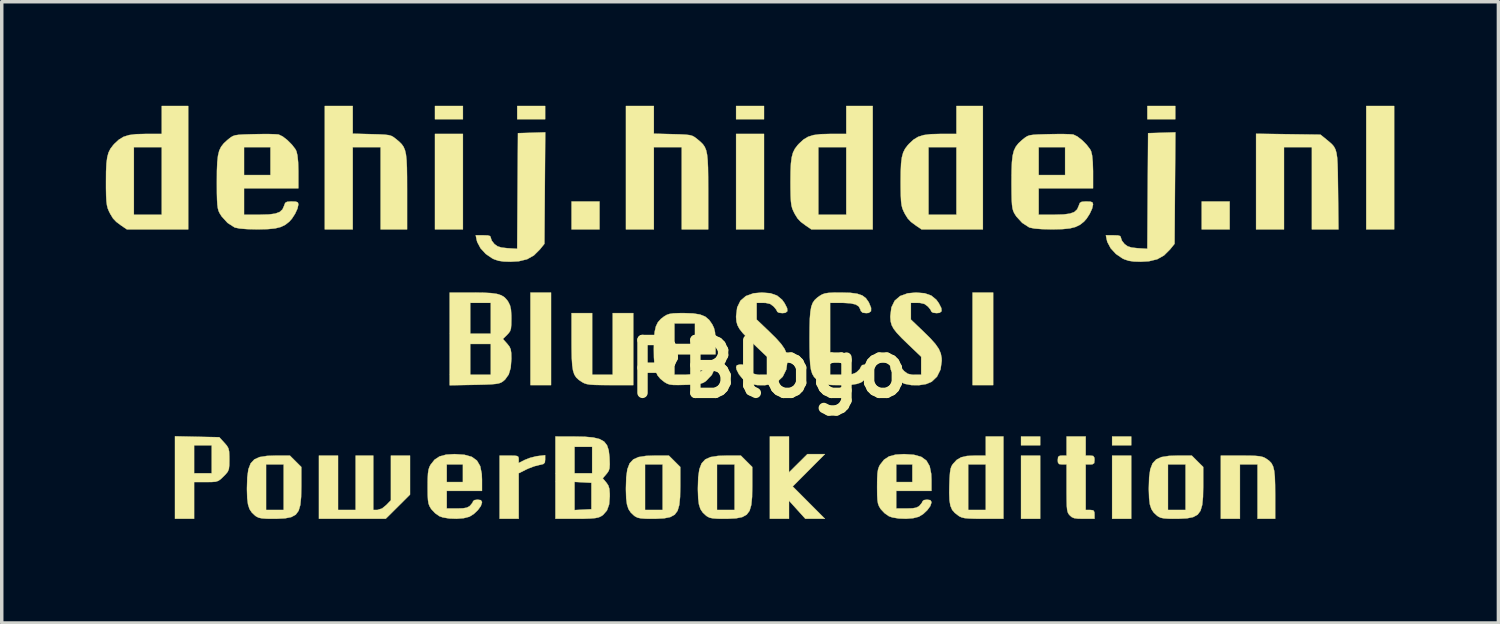
<source format=kicad_pcb>
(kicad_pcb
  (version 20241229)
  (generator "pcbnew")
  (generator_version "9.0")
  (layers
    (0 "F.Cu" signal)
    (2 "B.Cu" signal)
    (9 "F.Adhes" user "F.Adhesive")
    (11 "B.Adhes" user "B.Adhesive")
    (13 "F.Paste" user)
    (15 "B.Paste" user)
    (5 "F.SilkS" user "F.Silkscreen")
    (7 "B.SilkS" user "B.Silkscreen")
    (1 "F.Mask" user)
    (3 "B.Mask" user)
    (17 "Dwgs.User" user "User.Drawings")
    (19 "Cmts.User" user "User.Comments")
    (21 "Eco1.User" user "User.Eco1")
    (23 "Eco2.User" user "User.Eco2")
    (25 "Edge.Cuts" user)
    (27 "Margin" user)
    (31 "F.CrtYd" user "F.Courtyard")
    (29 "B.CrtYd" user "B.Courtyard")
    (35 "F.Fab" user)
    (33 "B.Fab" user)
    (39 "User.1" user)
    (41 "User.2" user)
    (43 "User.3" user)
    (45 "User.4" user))
  (footprint "PBlogo"
    (layer "F.Cu")
    (at 19.096 7.583)
    (property "Reference" "PBlogo" (at 0 0 0) (layer "F.SilkS") (effects (font (size 1.524 1.524) (thickness 0.3))))
    (attr through_hole)
    (fp_poly (pts (xy -8.805 -7.197) (xy -9.61 -7.197) (xy -9.61 -7.578) (xy -8.805 -7.578) (xy -8.805 -7.197)) (stroke (width 0.01) (type solid)) (fill yes) (layer "F.SilkS"))
    (fp_poly (pts (xy -8.805 -4.022) (xy -9.61 -4.022) (xy -9.61 -6.773) (xy -8.805 -6.773) (xy -8.805 -4.022)) (stroke (width 0.01) (type solid)) (fill yes) (layer "F.SilkS"))
    (fp_poly (pts (xy -6.435 -7.197) (xy -7.239 -7.197) (xy -7.239 -7.578) (xy -6.435 -7.578) (xy -6.435 -7.197)) (stroke (width 0.01) (type solid)) (fill yes) (layer "F.SilkS"))
    (fp_poly (pts (xy -6.265 0.466) (xy -6.858 0.466) (xy -6.858 -2.201) (xy -6.265 -2.201) (xy -6.265 0.466)) (stroke (width 0.01) (type solid)) (fill yes) (layer "F.SilkS"))
    (fp_poly (pts (xy -4.868 -4.022) (xy -5.673 -4.022) (xy -5.673 -4.826) (xy -4.868 -4.826) (xy -4.868 -4.022)) (stroke (width 0.01) (type solid)) (fill yes) (layer "F.SilkS"))
    (fp_poly (pts (xy -0.127 -7.197) (xy -0.931 -7.197) (xy -0.931 -7.578) (xy -0.127 -7.578) (xy -0.127 -7.197)) (stroke (width 0.01) (type solid)) (fill yes) (layer "F.SilkS"))
    (fp_poly (pts (xy -0.127 -4.022) (xy -0.931 -4.022) (xy -0.931 -6.773) (xy -0.127 -6.773) (xy -0.127 -4.022)) (stroke (width 0.01) (type solid)) (fill yes) (layer "F.SilkS"))
    (fp_poly (pts (xy 6.477 0.466) (xy 5.884 0.466) (xy 5.884 -2.201) (xy 6.477 -2.201) (xy 6.477 0.466)) (stroke (width 0.01) (type solid)) (fill yes) (layer "F.SilkS"))
    (fp_poly (pts (xy 7.832 2.201) (xy 7.281 2.201) (xy 7.281 1.947) (xy 7.832 1.947) (xy 7.832 2.201)) (stroke (width 0.01) (type solid)) (fill yes) (layer "F.SilkS"))
    (fp_poly (pts (xy 7.832 4.318) (xy 7.281 4.318) (xy 7.281 2.498) (xy 7.832 2.498) (xy 7.832 4.318)) (stroke (width 0.01) (type solid)) (fill yes) (layer "F.SilkS"))
    (fp_poly (pts (xy 10.456 2.201) (xy 9.906 2.201) (xy 9.906 1.947) (xy 10.456 1.947) (xy 10.456 2.201)) (stroke (width 0.01) (type solid)) (fill yes) (layer "F.SilkS"))
    (fp_poly (pts (xy 10.456 4.318) (xy 9.906 4.318) (xy 9.906 2.498) (xy 10.456 2.498) (xy 10.456 4.318)) (stroke (width 0.01) (type solid)) (fill yes) (layer "F.SilkS"))
    (fp_poly (pts (xy 11.726 -7.197) (xy 10.922 -7.197) (xy 10.922 -7.578) (xy 11.726 -7.578) (xy 11.726 -7.197)) (stroke (width 0.01) (type solid)) (fill yes) (layer "F.SilkS"))
    (fp_poly (pts (xy 13.293 -4.022) (xy 12.488 -4.022) (xy 12.488 -4.826) (xy 13.293 -4.826) (xy 13.293 -4.022)) (stroke (width 0.01) (type solid)) (fill yes) (layer "F.SilkS"))
    (fp_poly (pts (xy 18.034 -4.022) (xy 17.23 -4.022) (xy 17.23 -7.578) (xy 18.034 -7.578) (xy 18.034 -4.022)) (stroke (width 0.01) (type solid)) (fill yes) (layer "F.SilkS"))
    (fp_poly (pts (xy 0.593 2.982) (xy 0.858 2.719) (xy 1.124 2.455) (xy 1.628 2.455) (xy 0.7 3.387) (xy 1.164 3.852) (xy 1.628 4.318) (xy 1.065 4.318) (xy 0.593 3.796) (xy 0.593 4.318) (xy 0.042 4.318) (xy 0.042 1.947) (xy 0.593 1.947) (xy 0.593 2.982)) (stroke (width 0.01) (type solid)) (fill yes) (layer "F.SilkS"))
    (fp_poly (pts (xy -12.404 4.064) (xy -11.896 4.064) (xy -11.896 2.498) (xy -11.388 2.498) (xy -11.388 4.064) (xy -11.269 4.064) (xy -11.135 4.022) (xy -11.015 3.924) (xy -10.88 3.785) (xy -10.88 2.498) (xy -10.329 2.498) (xy -10.329 3.621) (xy -10.679 3.97) (xy -11.03 4.318) (xy -12.954 4.318) (xy -12.954 2.498) (xy -12.404 2.498) (xy -12.404 4.064)) (stroke (width 0.01) (type solid)) (fill yes) (layer "F.SilkS"))
    (fp_poly (pts (xy 14.982 -6.765) (xy 15.91 -6.752) (xy 16.07 -6.623) (xy 16.166 -6.544) (xy 16.242 -6.476) (xy 16.3 -6.407) (xy 16.342 -6.327) (xy 16.372 -6.223) (xy 16.392 -6.086) (xy 16.403 -5.904) (xy 16.41 -5.666) (xy 16.414 -5.361) (xy 16.417 -5.14) (xy 16.429 -4.022) (xy 15.663 -4.022) (xy 15.663 -6.392) (xy 14.859 -6.392) (xy 14.859 -4.022) (xy 14.055 -4.022) (xy 14.055 -6.778) (xy 14.982 -6.765)) (stroke (width 0.01) (type solid)) (fill yes) (layer "F.SilkS"))
    (fp_poly (pts (xy 13.621 2.498) (xy 13.863 2.499) (xy 14.037 2.505) (xy 14.159 2.517) (xy 14.246 2.537) (xy 14.315 2.567) (xy 14.338 2.581) (xy 14.429 2.644) (xy 14.497 2.715) (xy 14.545 2.808) (xy 14.577 2.936) (xy 14.595 3.11) (xy 14.603 3.345) (xy 14.605 3.617) (xy 14.605 4.318) (xy 14.097 4.318) (xy 14.097 2.752) (xy 13.589 2.752) (xy 13.589 4.318) (xy 13.039 4.318) (xy 13.039 2.498) (xy 13.621 2.498)) (stroke (width 0.01) (type solid)) (fill yes) (layer "F.SilkS"))
    (fp_poly (pts (xy -5.08 0.169) (xy -4.487 0.169) (xy -4.487 -1.609) (xy -3.895 -1.609) (xy -3.895 0.466) (xy -4.561 0.466) (xy -4.82 0.464) (xy -5.008 0.46) (xy -5.142 0.451) (xy -5.237 0.435) (xy -5.308 0.412) (xy -5.366 0.381) (xy -5.464 0.316) (xy -5.539 0.246) (xy -5.594 0.16) (xy -5.631 0.045) (xy -5.654 -0.11) (xy -5.667 -0.317) (xy -5.672 -0.59) (xy -5.673 -0.794) (xy -5.673 -1.609) (xy -5.08 -1.609) (xy -5.08 0.169)) (stroke (width 0.01) (type solid)) (fill yes) (layer "F.SilkS"))
    (fp_poly (pts (xy -6.435 2.613) (xy -6.443 2.696) (xy -6.484 2.739) (xy -6.581 2.764) (xy -6.607 2.768) (xy -6.749 2.805) (xy -6.913 2.867) (xy -6.988 2.902) (xy -7.197 3.007) (xy -7.197 4.318) (xy -7.747 4.318) (xy -7.747 2.498) (xy -7.472 2.498) (xy -7.324 2.499) (xy -7.242 2.51) (xy -7.206 2.536) (xy -7.197 2.586) (xy -7.197 2.604) (xy -7.197 2.711) (xy -7.024 2.623) (xy -6.871 2.563) (xy -6.696 2.519) (xy -6.643 2.511) (xy -6.435 2.486) (xy -6.435 2.613)) (stroke (width 0.01) (type solid)) (fill yes) (layer "F.SilkS"))
    (fp_poly (pts (xy -11.98 -6.78) (xy -11.434 -6.766) (xy -11.209 -6.76) (xy -11.051 -6.751) (xy -10.942 -6.738) (xy -10.865 -6.715) (xy -10.802 -6.68) (xy -10.736 -6.629) (xy -10.729 -6.624) (xy -10.639 -6.548) (xy -10.568 -6.477) (xy -10.514 -6.399) (xy -10.474 -6.303) (xy -10.446 -6.179) (xy -10.429 -6.015) (xy -10.419 -5.801) (xy -10.415 -5.527) (xy -10.414 -5.18) (xy -10.414 -5.112) (xy -10.414 -4.022) (xy -11.176 -4.022) (xy -11.176 -6.392) (xy -11.98 -6.392) (xy -11.98 -4.022) (xy -12.785 -4.022) (xy -12.785 -7.578) (xy -11.98 -7.578) (xy -11.98 -6.78)) (stroke (width 0.01) (type solid)) (fill yes) (layer "F.SilkS"))
    (fp_poly (pts (xy -3.302 -6.78) (xy -2.755 -6.766) (xy -2.531 -6.76) (xy -2.373 -6.751) (xy -2.264 -6.738) (xy -2.187 -6.715) (xy -2.124 -6.68) (xy -2.057 -6.629) (xy -2.051 -6.624) (xy -1.961 -6.548) (xy -1.889 -6.477) (xy -1.835 -6.399) (xy -1.795 -6.303) (xy -1.768 -6.179) (xy -1.751 -6.015) (xy -1.741 -5.801) (xy -1.737 -5.527) (xy -1.736 -5.18) (xy -1.736 -5.112) (xy -1.736 -4.022) (xy -2.498 -4.022) (xy -2.498 -6.392) (xy -3.302 -6.392) (xy -3.302 -4.022) (xy -4.106 -4.022) (xy -4.106 -7.578) (xy -3.302 -7.578) (xy -3.302 -6.78)) (stroke (width 0.01) (type solid)) (fill yes) (layer "F.SilkS"))
    (fp_poly (pts (xy -16.464 1.955) (xy -15.826 1.968) (xy -15.681 2.127) (xy -15.607 2.212) (xy -15.564 2.287) (xy -15.543 2.378) (xy -15.537 2.513) (xy -15.536 2.608) (xy -15.538 2.773) (xy -15.55 2.881) (xy -15.58 2.958) (xy -15.638 3.031) (xy -15.701 3.095) (xy -15.785 3.176) (xy -15.854 3.225) (xy -15.934 3.25) (xy -16.049 3.259) (xy -16.209 3.26) (xy -16.552 3.26) (xy -16.552 4.318) (xy -17.103 4.318) (xy -17.103 2.201) (xy -16.552 2.201) (xy -16.552 3.006) (xy -16.044 3.006) (xy -16.044 2.201) (xy -16.552 2.201) (xy -17.103 2.201) (xy -17.103 1.941) (xy -16.464 1.955)) (stroke (width 0.01) (type solid)) (fill yes) (layer "F.SilkS"))
    (fp_poly (pts (xy -6.444 -5.212) (xy -6.456 -3.606) (xy -6.586 -3.445) (xy -6.758 -3.273) (xy -6.955 -3.162) (xy -7.194 -3.104) (xy -7.427 -3.09) (xy -7.63 -3.096) (xy -7.778 -3.118) (xy -7.904 -3.16) (xy -7.958 -3.186) (xy -8.145 -3.314) (xy -8.297 -3.479) (xy -8.392 -3.658) (xy -8.407 -3.715) (xy -8.435 -3.852) (xy -8.218 -3.852) (xy -8.088 -3.848) (xy -8.022 -3.829) (xy -8.002 -3.788) (xy -8.001 -3.775) (xy -7.972 -3.695) (xy -7.901 -3.604) (xy -7.894 -3.597) (xy -7.808 -3.535) (xy -7.695 -3.499) (xy -7.528 -3.48) (xy -7.513 -3.479) (xy -7.24 -3.462) (xy -7.229 -5.128) (xy -7.218 -6.795) (xy -6.825 -6.807) (xy -6.432 -6.819) (xy -6.444 -5.212)) (stroke (width 0.01) (type solid)) (fill yes) (layer "F.SilkS"))
    (fp_poly (pts (xy 6.773 4.318) (xy 6.191 4.318) (xy 5.95 4.316) (xy 5.777 4.31) (xy 5.656 4.299) (xy 5.572 4.279) (xy 5.507 4.25) (xy 5.487 4.237) (xy 5.374 4.151) (xy 5.295 4.059) (xy 5.245 3.942) (xy 5.219 3.785) (xy 5.211 3.572) (xy 5.214 3.377) (xy 5.222 3.149) (xy 5.234 2.988) (xy 5.251 2.878) (xy 5.278 2.801) (xy 5.309 2.752) (xy 5.757 2.752) (xy 5.757 4.064) (xy 6.265 4.064) (xy 6.265 2.752) (xy 5.757 2.752) (xy 5.309 2.752) (xy 5.313 2.745) (xy 5.425 2.623) (xy 5.554 2.547) (xy 5.723 2.508) (xy 5.944 2.498) (xy 6.265 2.498) (xy 6.265 1.947) (xy 6.773 1.947) (xy 6.773 4.318)) (stroke (width 0.01) (type solid)) (fill yes) (layer "F.SilkS"))
    (fp_poly (pts (xy 11.717 -5.212) (xy 11.705 -3.606) (xy 11.575 -3.445) (xy 11.403 -3.273) (xy 11.206 -3.162) (xy 10.967 -3.104) (xy 10.734 -3.09) (xy 10.531 -3.096) (xy 10.383 -3.118) (xy 10.257 -3.16) (xy 10.203 -3.186) (xy 10.016 -3.314) (xy 9.864 -3.479) (xy 9.769 -3.658) (xy 9.754 -3.715) (xy 9.726 -3.852) (xy 9.943 -3.852) (xy 10.073 -3.848) (xy 10.139 -3.829) (xy 10.159 -3.788) (xy 10.16 -3.775) (xy 10.189 -3.695) (xy 10.26 -3.604) (xy 10.267 -3.597) (xy 10.353 -3.535) (xy 10.466 -3.499) (xy 10.633 -3.48) (xy 10.648 -3.479) (xy 10.921 -3.462) (xy 10.932 -5.128) (xy 10.943 -6.795) (xy 11.336 -6.807) (xy 11.729 -6.819) (xy 11.717 -5.212)) (stroke (width 0.01) (type solid)) (fill yes) (layer "F.SilkS"))
    (fp_poly (pts (xy -16.722 -4.022) (xy -18.488 -4.022) (xy -18.652 -4.133) (xy -18.792 -4.237) (xy -18.889 -4.339) (xy -18.97 -4.473) (xy -19.009 -4.551) (xy -19.041 -4.628) (xy -19.063 -4.717) (xy -19.078 -4.833) (xy -19.087 -4.992) (xy -19.091 -5.21) (xy -19.091 -5.388) (xy -19.089 -5.69) (xy -19.078 -5.922) (xy -19.055 -6.099) (xy -19.018 -6.236) (xy -18.962 -6.348) (xy -18.928 -6.392) (xy -18.288 -6.392) (xy -18.288 -4.445) (xy -17.484 -4.445) (xy -17.484 -6.392) (xy -18.288 -6.392) (xy -18.928 -6.392) (xy -18.885 -6.449) (xy -18.847 -6.491) (xy -18.719 -6.609) (xy -18.586 -6.69) (xy -18.427 -6.74) (xy -18.224 -6.766) (xy -17.956 -6.773) (xy -17.951 -6.773) (xy -17.484 -6.773) (xy -17.484 -7.578) (xy -16.722 -7.578) (xy -16.722 -4.022)) (stroke (width 0.01) (type solid)) (fill yes) (layer "F.SilkS"))
    (fp_poly (pts (xy 3.006 -4.022) (xy 1.239 -4.022) (xy 1.076 -4.133) (xy 0.935 -4.237) (xy 0.839 -4.339) (xy 0.757 -4.473) (xy 0.718 -4.551) (xy 0.686 -4.628) (xy 0.664 -4.717) (xy 0.649 -4.833) (xy 0.641 -4.992) (xy 0.637 -5.21) (xy 0.636 -5.388) (xy 0.639 -5.69) (xy 0.649 -5.922) (xy 0.672 -6.099) (xy 0.709 -6.236) (xy 0.765 -6.348) (xy 0.799 -6.392) (xy 1.439 -6.392) (xy 1.439 -4.445) (xy 2.244 -4.445) (xy 2.244 -6.392) (xy 1.439 -6.392) (xy 0.799 -6.392) (xy 0.842 -6.449) (xy 0.881 -6.491) (xy 1.008 -6.609) (xy 1.141 -6.69) (xy 1.3 -6.74) (xy 1.503 -6.766) (xy 1.771 -6.773) (xy 1.776 -6.773) (xy 2.244 -6.773) (xy 2.244 -7.578) (xy 3.006 -7.578) (xy 3.006 -4.022)) (stroke (width 0.01) (type solid)) (fill yes) (layer "F.SilkS"))
    (fp_poly (pts (xy 6.181 -4.022) (xy 4.414 -4.022) (xy 4.251 -4.133) (xy 4.11 -4.237) (xy 4.014 -4.339) (xy 3.932 -4.473) (xy 3.893 -4.551) (xy 3.861 -4.628) (xy 3.839 -4.717) (xy 3.824 -4.833) (xy 3.816 -4.992) (xy 3.812 -5.21) (xy 3.811 -5.388) (xy 3.814 -5.69) (xy 3.824 -5.922) (xy 3.847 -6.099) (xy 3.884 -6.236) (xy 3.94 -6.348) (xy 3.974 -6.392) (xy 4.614 -6.392) (xy 4.614 -4.445) (xy 5.419 -4.445) (xy 5.419 -6.392) (xy 4.614 -6.392) (xy 3.974 -6.392) (xy 4.017 -6.449) (xy 4.056 -6.491) (xy 4.183 -6.609) (xy 4.316 -6.69) (xy 4.475 -6.74) (xy 4.678 -6.766) (xy 4.946 -6.773) (xy 4.951 -6.773) (xy 5.419 -6.773) (xy 5.419 -7.578) (xy 6.181 -7.578) (xy 6.181 -4.022)) (stroke (width 0.01) (type solid)) (fill yes) (layer "F.SilkS"))
    (fp_poly (pts (xy -13.626 2.662) (xy -13.462 2.826) (xy -13.462 3.384) (xy -13.468 3.689) (xy -13.491 3.92) (xy -13.54 4.087) (xy -13.623 4.2) (xy -13.75 4.269) (xy -13.928 4.305) (xy -14.166 4.317) (xy -14.259 4.318) (xy -14.46 4.316) (xy -14.596 4.306) (xy -14.689 4.287) (xy -14.758 4.253) (xy -14.791 4.23) (xy -14.888 4.139) (xy -14.956 4.036) (xy -14.998 3.904) (xy -15.021 3.725) (xy -15.028 3.483) (xy -15.028 3.43) (xy -15.019 3.123) (xy -14.987 2.891) (xy -14.933 2.752) (xy -14.478 2.752) (xy -14.478 4.064) (xy -13.97 4.064) (xy -13.97 2.752) (xy -14.478 2.752) (xy -14.933 2.752) (xy -14.922 2.722) (xy -14.816 2.608) (xy -14.662 2.539) (xy -14.45 2.506) (xy -14.208 2.498) (xy -13.791 2.498) (xy -13.626 2.662)) (stroke (width 0.01) (type solid)) (fill yes) (layer "F.SilkS"))
    (fp_poly (pts (xy -2.704 2.662) (xy -2.54 2.826) (xy -2.54 3.384) (xy -2.546 3.689) (xy -2.569 3.92) (xy -2.618 4.087) (xy -2.701 4.2) (xy -2.828 4.269) (xy -3.006 4.305) (xy -3.244 4.317) (xy -3.337 4.318) (xy -3.538 4.316) (xy -3.674 4.306) (xy -3.767 4.287) (xy -3.836 4.253) (xy -3.869 4.23) (xy -3.966 4.139) (xy -4.034 4.036) (xy -4.076 3.904) (xy -4.099 3.725) (xy -4.106 3.483) (xy -4.106 3.43) (xy -4.097 3.123) (xy -4.065 2.891) (xy -4.011 2.752) (xy -3.556 2.752) (xy -3.556 4.064) (xy -3.048 4.064) (xy -3.048 2.752) (xy -3.556 2.752) (xy -4.011 2.752) (xy -4 2.722) (xy -3.894 2.608) (xy -3.74 2.539) (xy -3.528 2.506) (xy -3.286 2.498) (xy -2.869 2.498) (xy -2.704 2.662)) (stroke (width 0.01) (type solid)) (fill yes) (layer "F.SilkS"))
    (fp_poly (pts (xy -0.63 2.662) (xy -0.466 2.826) (xy -0.466 3.384) (xy -0.471 3.689) (xy -0.494 3.92) (xy -0.543 4.087) (xy -0.627 4.2) (xy -0.753 4.269) (xy -0.931 4.305) (xy -1.17 4.317) (xy -1.262 4.318) (xy -1.463 4.316) (xy -1.6 4.306) (xy -1.693 4.287) (xy -1.761 4.253) (xy -1.794 4.23) (xy -1.892 4.139) (xy -1.96 4.036) (xy -2.002 3.904) (xy -2.024 3.725) (xy -2.032 3.483) (xy -2.032 3.43) (xy -2.023 3.123) (xy -1.99 2.891) (xy -1.937 2.752) (xy -1.482 2.752) (xy -1.482 4.064) (xy -0.974 4.064) (xy -0.974 2.752) (xy -1.482 2.752) (xy -1.937 2.752) (xy -1.925 2.722) (xy -1.82 2.608) (xy -1.665 2.539) (xy -1.453 2.506) (xy -1.212 2.498) (xy -0.794 2.498) (xy -0.63 2.662)) (stroke (width 0.01) (type solid)) (fill yes) (layer "F.SilkS"))
    (fp_poly (pts (xy 12.366 2.662) (xy 12.531 2.826) (xy 12.531 3.384) (xy 12.525 3.689) (xy 12.502 3.92) (xy 12.453 4.087) (xy 12.37 4.2) (xy 12.243 4.269) (xy 12.065 4.305) (xy 11.826 4.317) (xy 11.734 4.318) (xy 11.533 4.316) (xy 11.396 4.306) (xy 11.304 4.287) (xy 11.235 4.253) (xy 11.202 4.23) (xy 11.104 4.139) (xy 11.037 4.036) (xy 10.994 3.904) (xy 10.972 3.725) (xy 10.964 3.483) (xy 10.964 3.43) (xy 10.973 3.123) (xy 11.006 2.891) (xy 11.06 2.752) (xy 11.515 2.752) (xy 11.515 4.064) (xy 12.023 4.064) (xy 12.023 2.752) (xy 11.515 2.752) (xy 11.06 2.752) (xy 11.071 2.722) (xy 11.177 2.608) (xy 11.331 2.539) (xy 11.543 2.506) (xy 11.784 2.498) (xy 12.202 2.498) (xy 12.366 2.662)) (stroke (width 0.01) (type solid)) (fill yes) (layer "F.SilkS"))
    (fp_poly (pts (xy 9.144 2.498) (xy 9.271 2.498) (xy 9.361 2.508) (xy 9.394 2.558) (xy 9.398 2.625) (xy 9.388 2.715) (xy 9.338 2.748) (xy 9.271 2.752) (xy 9.144 2.752) (xy 9.144 4.064) (xy 9.271 4.064) (xy 9.361 4.074) (xy 9.394 4.124) (xy 9.398 4.191) (xy 9.398 4.318) (xy 9.088 4.318) (xy 8.92 4.315) (xy 8.812 4.3) (xy 8.741 4.269) (xy 8.686 4.22) (xy 8.651 4.179) (xy 8.627 4.13) (xy 8.61 4.059) (xy 8.6 3.954) (xy 8.596 3.798) (xy 8.594 3.58) (xy 8.594 3.437) (xy 8.594 2.752) (xy 8.467 2.752) (xy 8.377 2.741) (xy 8.344 2.692) (xy 8.34 2.625) (xy 8.35 2.535) (xy 8.4 2.502) (xy 8.467 2.498) (xy 8.594 2.498) (xy 8.594 1.947) (xy 9.144 1.947) (xy 9.144 2.498)) (stroke (width 0.01) (type solid)) (fill yes) (layer "F.SilkS"))
    (fp_poly (pts (xy -5.62 1.948) (xy -5.297 1.954) (xy -5.049 1.976) (xy -4.865 2.021) (xy -4.736 2.093) (xy -4.652 2.199) (xy -4.603 2.345) (xy -4.581 2.537) (xy -4.579 2.578) (xy -4.573 2.749) (xy -4.58 2.861) (xy -4.604 2.938) (xy -4.65 3.006) (xy -4.669 3.029) (xy -4.775 3.152) (xy -4.673 3.273) (xy -4.615 3.357) (xy -4.584 3.455) (xy -4.573 3.594) (xy -4.572 3.669) (xy -4.591 3.905) (xy -4.653 4.078) (xy -4.763 4.205) (xy -4.828 4.249) (xy -4.894 4.278) (xy -4.989 4.298) (xy -5.125 4.31) (xy -5.319 4.317) (xy -5.542 4.318) (xy -6.138 4.318) (xy -6.138 4.068) (xy -5.588 4.068) (xy -5.101 4.043) (xy -5.101 3.281) (xy -5.588 3.255) (xy -5.588 4.068) (xy -6.138 4.068) (xy -6.138 2.244) (xy -5.588 2.244) (xy -5.588 3.006) (xy -5.08 3.006) (xy -5.08 2.244) (xy -5.588 2.244) (xy -6.138 2.244) (xy -6.138 1.947) (xy -5.62 1.948)) (stroke (width 0.01) (type solid)) (fill yes) (layer "F.SilkS"))
    (fp_poly (pts (xy -8.225 -2.198) (xy -7.995 -2.186) (xy -7.824 -2.162) (xy -7.698 -2.122) (xy -7.604 -2.063) (xy -7.53 -1.982) (xy -7.494 -1.927) (xy -7.447 -1.83) (xy -7.42 -1.71) (xy -7.409 -1.542) (xy -7.408 -1.448) (xy -7.411 -1.275) (xy -7.421 -1.163) (xy -7.447 -1.086) (xy -7.494 -1.023) (xy -7.53 -0.985) (xy -7.652 -0.864) (xy -7.53 -0.728) (xy -7.465 -0.646) (xy -7.428 -0.566) (xy -7.412 -0.458) (xy -7.408 -0.295) (xy -7.408 -0.291) (xy -7.427 -0.035) (xy -7.485 0.16) (xy -7.589 0.305) (xy -7.653 0.36) (xy -7.704 0.392) (xy -7.768 0.415) (xy -7.858 0.431) (xy -7.988 0.443) (xy -8.172 0.451) (xy -8.425 0.457) (xy -8.477 0.458) (xy -9.186 0.471) (xy -9.186 -0.72) (xy -8.594 -0.72) (xy -8.594 0.169) (xy -8.001 0.169) (xy -8.001 -0.72) (xy -8.594 -0.72) (xy -9.186 -0.72) (xy -9.186 -1.905) (xy -8.594 -1.905) (xy -8.594 -1.016) (xy -8.001 -1.016) (xy -8.001 -1.905) (xy -8.594 -1.905) (xy -9.186 -1.905) (xy -9.186 -2.201) (xy -8.526 -2.201) (xy -8.225 -2.198)) (stroke (width 0.01) (type solid)) (fill yes) (layer "F.SilkS"))
    (fp_poly (pts (xy -8.762 2.474) (xy -8.55 2.533) (xy -8.401 2.64) (xy -8.307 2.801) (xy -8.262 3.024) (xy -8.255 3.191) (xy -8.255 3.514) (xy -9.271 3.514) (xy -9.271 4.022) (xy -8.975 4.022) (xy -8.804 4.017) (xy -8.694 3.998) (xy -8.621 3.961) (xy -8.594 3.937) (xy -8.532 3.861) (xy -8.509 3.81) (xy -8.472 3.78) (xy -8.384 3.768) (xy -8.382 3.768) (xy -8.288 3.781) (xy -8.256 3.831) (xy -8.255 3.849) (xy -8.288 3.951) (xy -8.374 4.069) (xy -8.49 4.179) (xy -8.615 4.257) (xy -8.622 4.26) (xy -8.782 4.301) (xy -8.985 4.317) (xy -9.197 4.31) (xy -9.385 4.278) (xy -9.482 4.244) (xy -9.606 4.157) (xy -9.715 4.041) (xy -9.725 4.026) (xy -9.767 3.955) (xy -9.795 3.879) (xy -9.811 3.779) (xy -9.819 3.635) (xy -9.821 3.429) (xy -9.821 3.391) (xy -9.819 3.168) (xy -9.811 3.01) (xy -9.794 2.9) (xy -9.766 2.817) (xy -9.737 2.762) (xy -9.729 2.752) (xy -9.271 2.752) (xy -9.271 3.26) (xy -8.805 3.26) (xy -8.805 2.752) (xy -9.271 2.752) (xy -9.729 2.752) (xy -9.622 2.616) (xy -9.478 2.521) (xy -9.288 2.47) (xy -9.045 2.455) (xy -8.762 2.474)) (stroke (width 0.01) (type solid)) (fill yes) (layer "F.SilkS"))
    (fp_poly (pts (xy 4.192 2.474) (xy 4.404 2.533) (xy 4.553 2.64) (xy 4.647 2.801) (xy 4.692 3.024) (xy 4.699 3.191) (xy 4.699 3.514) (xy 3.683 3.514) (xy 3.683 4.022) (xy 3.979 4.022) (xy 4.15 4.017) (xy 4.26 3.998) (xy 4.333 3.961) (xy 4.36 3.937) (xy 4.422 3.861) (xy 4.445 3.81) (xy 4.482 3.78) (xy 4.57 3.768) (xy 4.572 3.768) (xy 4.666 3.781) (xy 4.698 3.831) (xy 4.699 3.849) (xy 4.666 3.951) (xy 4.58 4.069) (xy 4.464 4.179) (xy 4.339 4.257) (xy 4.332 4.26) (xy 4.172 4.301) (xy 3.969 4.317) (xy 3.757 4.31) (xy 3.569 4.278) (xy 3.472 4.244) (xy 3.348 4.157) (xy 3.239 4.041) (xy 3.229 4.026) (xy 3.187 3.955) (xy 3.159 3.879) (xy 3.143 3.779) (xy 3.135 3.635) (xy 3.133 3.429) (xy 3.133 3.391) (xy 3.135 3.168) (xy 3.143 3.01) (xy 3.16 2.9) (xy 3.188 2.817) (xy 3.217 2.762) (xy 3.225 2.752) (xy 3.683 2.752) (xy 3.683 3.26) (xy 4.149 3.26) (xy 4.149 2.752) (xy 3.683 2.752) (xy 3.225 2.752) (xy 3.332 2.616) (xy 3.476 2.521) (xy 3.666 2.47) (xy 3.909 2.455) (xy 4.192 2.474)) (stroke (width 0.01) (type solid)) (fill yes) (layer "F.SilkS"))
    (fp_poly (pts (xy -2.171 -1.6) (xy -1.971 -1.568) (xy -1.822 -1.509) (xy -1.709 -1.414) (xy -1.62 -1.287) (xy -1.569 -1.18) (xy -1.54 -1.062) (xy -1.527 -0.905) (xy -1.525 -0.773) (xy -1.524 -0.423) (xy -2.709 -0.423) (xy -2.709 0.169) (xy -2.411 0.169) (xy -2.159 0.151) (xy -1.976 0.097) (xy -1.866 0.008) (xy -1.842 -0.042) (xy -1.797 -0.103) (xy -1.702 -0.126) (xy -1.665 -0.127) (xy -1.566 -0.122) (xy -1.532 -0.093) (xy -1.541 -0.023) (xy -1.543 -0.016) (xy -1.632 0.173) (xy -1.796 0.345) (xy -1.818 0.362) (xy -1.883 0.401) (xy -1.971 0.427) (xy -2.099 0.444) (xy -2.286 0.455) (xy -2.392 0.458) (xy -2.6 0.463) (xy -2.744 0.461) (xy -2.843 0.449) (xy -2.917 0.424) (xy -2.985 0.385) (xy -3.001 0.374) (xy -3.114 0.284) (xy -3.196 0.184) (xy -3.251 0.059) (xy -3.283 -0.108) (xy -3.299 -0.331) (xy -3.302 -0.572) (xy -3.297 -0.854) (xy -3.279 -1.066) (xy -3.243 -1.225) (xy -3.201 -1.312) (xy -2.709 -1.312) (xy -2.709 -0.72) (xy -2.117 -0.72) (xy -2.117 -1.312) (xy -2.709 -1.312) (xy -3.201 -1.312) (xy -3.184 -1.346) (xy -3.098 -1.442) (xy -3.006 -1.513) (xy -2.93 -1.558) (xy -2.848 -1.586) (xy -2.737 -1.602) (xy -2.576 -1.608) (xy -2.438 -1.609) (xy -2.171 -1.6)) (stroke (width 0.01) (type solid)) (fill yes) (layer "F.SilkS"))
    (fp_poly (pts (xy 0.059 -2.181) (xy 0.249 -2.114) (xy 0.394 -1.995) (xy 0.466 -1.895) (xy 0.538 -1.754) (xy 0.546 -1.664) (xy 0.49 -1.618) (xy 0.402 -1.609) (xy 0.304 -1.62) (xy 0.255 -1.647) (xy 0.254 -1.653) (xy 0.226 -1.71) (xy 0.159 -1.792) (xy 0.15 -1.801) (xy 0.051 -1.874) (xy -0.076 -1.903) (xy -0.146 -1.905) (xy -0.339 -1.905) (xy -0.339 -1.424) (xy 0.019 -1.082) (xy 0.223 -0.881) (xy 0.369 -0.717) (xy 0.466 -0.577) (xy 0.522 -0.447) (xy 0.547 -0.314) (xy 0.55 -0.233) (xy 0.515 0.016) (xy 0.413 0.223) (xy 0.258 0.37) (xy 0.1 0.436) (xy -0.103 0.468) (xy -0.32 0.466) (xy -0.516 0.429) (xy -0.625 0.381) (xy -0.745 0.282) (xy -0.85 0.152) (xy -0.917 0.02) (xy -0.931 -0.053) (xy -0.909 -0.105) (xy -0.831 -0.126) (xy -0.783 -0.127) (xy -0.685 -0.116) (xy -0.636 -0.089) (xy -0.635 -0.083) (xy -0.607 -0.025) (xy -0.54 0.056) (xy -0.531 0.065) (xy -0.432 0.138) (xy -0.305 0.167) (xy -0.235 0.169) (xy -0.042 0.169) (xy -0.042 -0.352) (xy -0.405 -0.698) (xy -0.6 -0.887) (xy -0.741 -1.036) (xy -0.835 -1.156) (xy -0.892 -1.262) (xy -0.921 -1.369) (xy -0.931 -1.489) (xy -0.931 -1.524) (xy -0.9 -1.773) (xy -0.806 -1.966) (xy -0.649 -2.101) (xy -0.43 -2.18) (xy -0.191 -2.201) (xy 0.059 -2.181)) (stroke (width 0.01) (type solid)) (fill yes) (layer "F.SilkS"))
    (fp_poly (pts (xy 4.504 -2.181) (xy 4.694 -2.114) (xy 4.839 -1.995) (xy 4.911 -1.895) (xy 4.983 -1.754) (xy 4.991 -1.664) (xy 4.935 -1.618) (xy 4.847 -1.609) (xy 4.749 -1.62) (xy 4.7 -1.647) (xy 4.699 -1.653) (xy 4.671 -1.71) (xy 4.604 -1.792) (xy 4.595 -1.801) (xy 4.496 -1.874) (xy 4.369 -1.903) (xy 4.299 -1.905) (xy 4.106 -1.905) (xy 4.106 -1.424) (xy 4.464 -1.082) (xy 4.668 -0.881) (xy 4.814 -0.717) (xy 4.911 -0.577) (xy 4.967 -0.447) (xy 4.992 -0.314) (xy 4.995 -0.233) (xy 4.96 0.016) (xy 4.858 0.223) (xy 4.703 0.37) (xy 4.545 0.436) (xy 4.342 0.468) (xy 4.125 0.466) (xy 3.929 0.429) (xy 3.82 0.381) (xy 3.7 0.282) (xy 3.595 0.152) (xy 3.528 0.02) (xy 3.514 -0.053) (xy 3.536 -0.105) (xy 3.614 -0.126) (xy 3.662 -0.127) (xy 3.76 -0.116) (xy 3.809 -0.089) (xy 3.81 -0.083) (xy 3.838 -0.025) (xy 3.905 0.056) (xy 3.914 0.065) (xy 4.013 0.138) (xy 4.14 0.167) (xy 4.21 0.169) (xy 4.403 0.169) (xy 4.403 -0.352) (xy 4.04 -0.698) (xy 3.845 -0.887) (xy 3.704 -1.036) (xy 3.61 -1.156) (xy 3.553 -1.262) (xy 3.524 -1.369) (xy 3.514 -1.489) (xy 3.514 -1.524) (xy 3.545 -1.773) (xy 3.639 -1.966) (xy 3.796 -2.101) (xy 4.015 -2.18) (xy 4.255 -2.201) (xy 4.504 -2.181)) (stroke (width 0.01) (type solid)) (fill yes) (layer "F.SilkS"))
    (fp_poly (pts (xy 2.359 -2.194) (xy 2.558 -2.168) (xy 2.703 -2.119) (xy 2.808 -2.041) (xy 2.887 -1.929) (xy 2.898 -1.909) (xy 2.959 -1.76) (xy 2.957 -1.664) (xy 2.892 -1.616) (xy 2.82 -1.609) (xy 2.716 -1.621) (xy 2.665 -1.669) (xy 2.649 -1.716) (xy 2.604 -1.802) (xy 2.513 -1.859) (xy 2.364 -1.892) (xy 2.146 -1.905) (xy 2.093 -1.905) (xy 1.778 -1.905) (xy 1.778 0.169) (xy 2.111 0.169) (xy 2.294 0.165) (xy 2.417 0.149) (xy 2.504 0.117) (xy 2.555 0.082) (xy 2.632 0.005) (xy 2.667 -0.063) (xy 2.667 -0.067) (xy 2.704 -0.112) (xy 2.815 -0.127) (xy 2.916 -0.118) (xy 2.957 -0.083) (xy 2.963 -0.032) (xy 2.927 0.113) (xy 2.831 0.257) (xy 2.698 0.371) (xy 2.655 0.395) (xy 2.546 0.432) (xy 2.396 0.454) (xy 2.188 0.465) (xy 2.064 0.466) (xy 1.857 0.464) (xy 1.714 0.455) (xy 1.614 0.437) (xy 1.535 0.405) (xy 1.477 0.37) (xy 1.386 0.302) (xy 1.315 0.229) (xy 1.263 0.14) (xy 1.227 0.022) (xy 1.204 -0.137) (xy 1.192 -0.348) (xy 1.186 -0.623) (xy 1.185 -0.868) (xy 1.187 -1.197) (xy 1.194 -1.453) (xy 1.21 -1.648) (xy 1.236 -1.794) (xy 1.276 -1.903) (xy 1.333 -1.986) (xy 1.409 -2.056) (xy 1.477 -2.105) (xy 1.55 -2.148) (xy 1.629 -2.176) (xy 1.732 -2.192) (xy 1.881 -2.2) (xy 2.091 -2.201) (xy 2.359 -2.194)) (stroke (width 0.01) (type solid)) (fill yes) (layer "F.SilkS"))
    (fp_poly (pts (xy -14.383 -6.769) (xy -14.224 -6.764) (xy -14.126 -6.757) (xy -14.112 -6.754) (xy -13.998 -6.699) (xy -13.864 -6.595) (xy -13.735 -6.466) (xy -13.635 -6.337) (xy -13.604 -6.277) (xy -13.574 -6.154) (xy -13.554 -5.958) (xy -13.547 -5.702) (xy -13.547 -5.674) (xy -13.547 -5.207) (xy -15.113 -5.207) (xy -15.113 -4.445) (xy -14.653 -4.445) (xy -14.397 -4.452) (xy -14.211 -4.477) (xy -14.085 -4.524) (xy -14.004 -4.598) (xy -13.957 -4.704) (xy -13.953 -4.719) (xy -13.926 -4.786) (xy -13.871 -4.817) (xy -13.763 -4.826) (xy -13.736 -4.826) (xy -13.618 -4.821) (xy -13.562 -4.798) (xy -13.547 -4.747) (xy -13.547 -4.74) (xy -13.573 -4.621) (xy -13.64 -4.475) (xy -13.732 -4.332) (xy -13.808 -4.246) (xy -13.923 -4.155) (xy -14.052 -4.092) (xy -14.214 -4.051) (xy -14.424 -4.03) (xy -14.699 -4.023) (xy -14.741 -4.023) (xy -15.023 -4.03) (xy -15.235 -4.047) (xy -15.37 -4.074) (xy -15.388 -4.081) (xy -15.587 -4.209) (xy -15.757 -4.395) (xy -15.818 -4.492) (xy -15.847 -4.554) (xy -15.867 -4.63) (xy -15.881 -4.732) (xy -15.89 -4.875) (xy -15.895 -5.072) (xy -15.896 -5.338) (xy -15.896 -5.397) (xy -15.894 -5.713) (xy -15.884 -5.958) (xy -15.863 -6.146) (xy -15.828 -6.29) (xy -15.779 -6.392) (xy -15.113 -6.392) (xy -15.113 -5.588) (xy -14.351 -5.588) (xy -14.351 -6.392) (xy -15.113 -6.392) (xy -15.779 -6.392) (xy -15.774 -6.403) (xy -15.697 -6.501) (xy -15.595 -6.595) (xy -15.561 -6.623) (xy -15.496 -6.674) (xy -15.436 -6.71) (xy -15.365 -6.734) (xy -15.267 -6.748) (xy -15.125 -6.757) (xy -14.922 -6.763) (xy -14.808 -6.766) (xy -14.584 -6.769) (xy -14.383 -6.769)) (stroke (width 0.01) (type solid)) (fill yes) (layer "F.SilkS"))
    (fp_poly (pts (xy 8.52 -6.769) (xy 8.679 -6.764) (xy 8.777 -6.757) (xy 8.79 -6.754) (xy 8.904 -6.699) (xy 9.038 -6.595) (xy 9.167 -6.466) (xy 9.267 -6.337) (xy 9.299 -6.277) (xy 9.329 -6.154) (xy 9.348 -5.958) (xy 9.356 -5.702) (xy 9.356 -5.674) (xy 9.356 -5.207) (xy 7.789 -5.207) (xy 7.789 -4.445) (xy 8.249 -4.445) (xy 8.506 -4.452) (xy 8.691 -4.477) (xy 8.818 -4.524) (xy 8.898 -4.598) (xy 8.945 -4.704) (xy 8.95 -4.719) (xy 8.977 -4.786) (xy 9.031 -4.817) (xy 9.139 -4.826) (xy 9.166 -4.826) (xy 9.285 -4.821) (xy 9.34 -4.798) (xy 9.356 -4.747) (xy 9.356 -4.74) (xy 9.329 -4.621) (xy 9.262 -4.475) (xy 9.171 -4.332) (xy 9.095 -4.246) (xy 8.98 -4.155) (xy 8.85 -4.092) (xy 8.688 -4.051) (xy 8.478 -4.03) (xy 8.203 -4.023) (xy 8.161 -4.023) (xy 7.879 -4.03) (xy 7.668 -4.047) (xy 7.533 -4.074) (xy 7.514 -4.081) (xy 7.316 -4.209) (xy 7.145 -4.395) (xy 7.084 -4.492) (xy 7.056 -4.554) (xy 7.035 -4.63) (xy 7.021 -4.732) (xy 7.012 -4.875) (xy 7.008 -5.072) (xy 7.006 -5.338) (xy 7.006 -5.397) (xy 7.009 -5.713) (xy 7.018 -5.958) (xy 7.039 -6.146) (xy 7.075 -6.29) (xy 7.124 -6.392) (xy 7.789 -6.392) (xy 7.789 -5.588) (xy 8.551 -5.588) (xy 8.551 -6.392) (xy 7.789 -6.392) (xy 7.124 -6.392) (xy 7.129 -6.403) (xy 7.205 -6.501) (xy 7.307 -6.595) (xy 7.341 -6.623) (xy 7.406 -6.674) (xy 7.466 -6.71) (xy 7.537 -6.734) (xy 7.635 -6.748) (xy 7.778 -6.757) (xy 7.981 -6.763) (xy 8.095 -6.766) (xy 8.319 -6.769) (xy 8.52 -6.769)) (stroke (width 0.01) (type solid)) (fill yes) (layer "F.SilkS")))
  (gr_rect
    (start -3 -3)
    (end 40.135 14.906)
    (stroke (width 0.1) (type default))
    (fill no)
    (layer "Edge.Cuts")))
</source>
